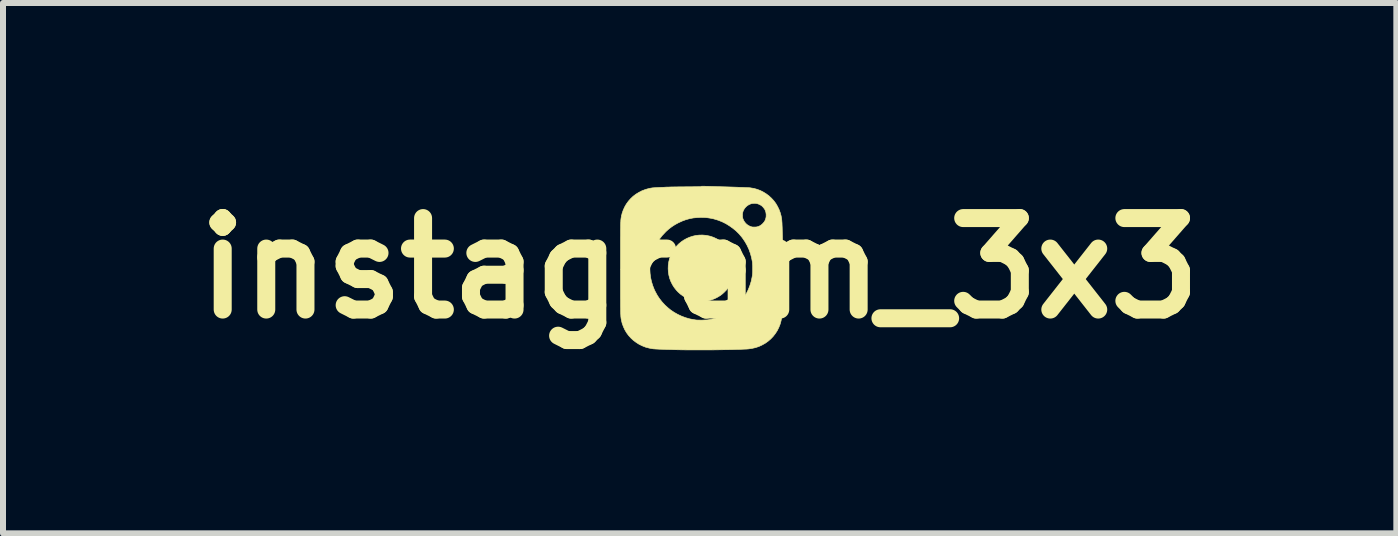
<source format=kicad_pcb>
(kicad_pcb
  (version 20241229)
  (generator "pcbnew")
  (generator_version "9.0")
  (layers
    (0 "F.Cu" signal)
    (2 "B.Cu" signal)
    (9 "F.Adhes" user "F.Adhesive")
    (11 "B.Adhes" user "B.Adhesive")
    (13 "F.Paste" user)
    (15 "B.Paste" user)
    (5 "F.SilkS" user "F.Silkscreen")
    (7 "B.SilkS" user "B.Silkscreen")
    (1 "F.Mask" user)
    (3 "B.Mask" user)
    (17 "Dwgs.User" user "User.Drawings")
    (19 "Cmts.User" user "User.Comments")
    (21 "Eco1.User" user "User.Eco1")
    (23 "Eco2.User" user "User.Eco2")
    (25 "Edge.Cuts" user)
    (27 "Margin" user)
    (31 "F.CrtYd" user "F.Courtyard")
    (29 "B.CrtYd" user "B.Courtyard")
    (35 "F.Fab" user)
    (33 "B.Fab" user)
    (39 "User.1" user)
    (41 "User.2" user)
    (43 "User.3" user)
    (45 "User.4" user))
  (footprint "instagram_3x3"
    (layer "F.Cu")
    (at 8.607 1.418)
    (property "Reference" "instagram_3x3" (at 0 0 0) (layer "F.SilkS") (effects (font (size 1.524 1.524) (thickness 0.3))))
    (attr through_hole)
    (fp_poly (pts (xy 0.104 -0.547) (xy 0.123 -0.544) (xy 0.178 -0.532) (xy 0.23 -0.514) (xy 0.28 -0.491) (xy 0.328 -0.463) (xy 0.372 -0.431) (xy 0.413 -0.395) (xy 0.45 -0.356) (xy 0.483 -0.312) (xy 0.512 -0.266) (xy 0.536 -0.217) (xy 0.555 -0.165) (xy 0.57 -0.111) (xy 0.577 -0.068) (xy 0.579 -0.047) (xy 0.579 -0.022) (xy 0.579 0.005) (xy 0.579 0.033) (xy 0.577 0.06) (xy 0.575 0.085) (xy 0.571 0.106) (xy 0.571 0.109) (xy 0.557 0.165) (xy 0.537 0.219) (xy 0.512 0.269) (xy 0.482 0.317) (xy 0.447 0.362) (xy 0.408 0.402) (xy 0.377 0.43) (xy 0.346 0.454) (xy 0.312 0.475) (xy 0.278 0.494) (xy 0.233 0.514) (xy 0.19 0.53) (xy 0.145 0.542) (xy 0.098 0.55) (xy 0.067 0.553) (xy 0.05 0.554) (xy 0.036 0.555) (xy 0.024 0.555) (xy 0.013 0.555) (xy -0.000212 0.554) (xy -0.017 0.553) (xy -0.022 0.553) (xy -0.075 0.545) (xy -0.129 0.532) (xy -0.18 0.514) (xy -0.23 0.491) (xy -0.278 0.463) (xy -0.322 0.431) (xy -0.362 0.395) (xy -0.387 0.368) (xy -0.423 0.323) (xy -0.454 0.274) (xy -0.479 0.224) (xy -0.499 0.172) (xy -0.513 0.118) (xy -0.522 0.063) (xy -0.525 0.007) (xy -0.523 -0.049) (xy -0.515 -0.105) (xy -0.501 -0.161) (xy -0.496 -0.177) (xy -0.476 -0.229) (xy -0.45 -0.278) (xy -0.42 -0.324) (xy -0.386 -0.366) (xy -0.349 -0.404) (xy -0.307 -0.439) (xy -0.263 -0.469) (xy -0.216 -0.495) (xy -0.167 -0.516) (xy -0.115 -0.533) (xy -0.062 -0.545) (xy -0.008 -0.551) (xy 0.048 -0.552) (xy 0.104 -0.547)) (stroke (width 0.01) (type solid)) (fill yes) (layer "F.SilkS"))
    (fp_poly (pts (xy 0.056 -1.365) (xy 0.068 -1.365) (xy 0.083 -1.365) (xy 0.102 -1.364) (xy 0.124 -1.364) (xy 0.151 -1.363) (xy 0.182 -1.362) (xy 0.218 -1.361) (xy 0.259 -1.36) (xy 0.305 -1.358) (xy 0.314 -1.358) (xy 0.39 -1.356) (xy 0.461 -1.354) (xy 0.526 -1.352) (xy 0.585 -1.35) (xy 0.638 -1.348) (xy 0.685 -1.346) (xy 0.726 -1.345) (xy 0.761 -1.343) (xy 0.791 -1.342) (xy 0.814 -1.341) (xy 0.832 -1.34) (xy 0.844 -1.339) (xy 0.846 -1.338) (xy 0.903 -1.329) (xy 0.959 -1.313) (xy 1.012 -1.293) (xy 1.063 -1.267) (xy 1.111 -1.237) (xy 1.156 -1.203) (xy 1.198 -1.164) (xy 1.236 -1.122) (xy 1.27 -1.076) (xy 1.299 -1.026) (xy 1.324 -0.974) (xy 1.344 -0.919) (xy 1.35 -0.896) (xy 1.357 -0.871) (xy 1.361 -0.848) (xy 1.365 -0.826) (xy 1.368 -0.802) (xy 1.37 -0.775) (xy 1.372 -0.75) (xy 1.373 -0.716) (xy 1.375 -0.677) (xy 1.376 -0.633) (xy 1.377 -0.585) (xy 1.379 -0.534) (xy 1.38 -0.48) (xy 1.381 -0.423) (xy 1.382 -0.364) (xy 1.383 -0.303) (xy 1.384 -0.241) (xy 1.385 -0.178) (xy 1.386 -0.115) (xy 1.386 -0.052) (xy 1.387 0.01) (xy 1.387 0.071) (xy 1.387 0.13) (xy 1.387 0.187) (xy 1.387 0.241) (xy 1.387 0.293) (xy 1.387 0.341) (xy 1.386 0.385) (xy 1.386 0.424) (xy 1.385 0.458) (xy 1.384 0.487) (xy 1.384 0.49) (xy 1.382 0.545) (xy 1.38 0.594) (xy 1.378 0.637) (xy 1.376 0.675) (xy 1.375 0.709) (xy 1.373 0.737) (xy 1.372 0.762) (xy 1.37 0.782) (xy 1.369 0.799) (xy 1.368 0.812) (xy 1.367 0.819) (xy 1.356 0.878) (xy 1.34 0.935) (xy 1.318 0.99) (xy 1.292 1.042) (xy 1.26 1.091) (xy 1.224 1.137) (xy 1.184 1.179) (xy 1.14 1.217) (xy 1.092 1.251) (xy 1.04 1.28) (xy 1.038 1.281) (xy 0.986 1.305) (xy 0.932 1.323) (xy 0.875 1.336) (xy 0.816 1.345) (xy 0.78 1.348) (xy 0.745 1.349) (xy 0.704 1.351) (xy 0.658 1.353) (xy 0.608 1.354) (xy 0.554 1.356) (xy 0.497 1.357) (xy 0.437 1.358) (xy 0.375 1.359) (xy 0.311 1.36) (xy 0.246 1.361) (xy 0.18 1.362) (xy 0.114 1.362) (xy 0.048 1.362) (xy -0.017 1.362) (xy -0.08 1.362) (xy -0.141 1.362) (xy -0.2 1.362) (xy -0.256 1.361) (xy -0.27 1.361) (xy -0.32 1.36) (xy -0.37 1.359) (xy -0.419 1.358) (xy -0.467 1.356) (xy -0.513 1.355) (xy -0.557 1.354) (xy -0.599 1.352) (xy -0.638 1.351) (xy -0.673 1.35) (xy -0.704 1.348) (xy -0.732 1.347) (xy -0.754 1.345) (xy -0.771 1.344) (xy -0.78 1.343) (xy -0.84 1.332) (xy -0.898 1.317) (xy -0.954 1.295) (xy -1.008 1.269) (xy -1.058 1.237) (xy -1.106 1.201) (xy -1.143 1.167) (xy -1.183 1.123) (xy -1.218 1.076) (xy -1.248 1.025) (xy -1.272 0.972) (xy -1.292 0.917) (xy -1.305 0.86) (xy -1.306 0.856) (xy -1.307 0.849) (xy -1.309 0.841) (xy -1.31 0.833) (xy -1.311 0.825) (xy -1.312 0.816) (xy -1.313 0.807) (xy -1.314 0.796) (xy -1.314 0.784) (xy -1.315 0.77) (xy -1.316 0.754) (xy -1.316 0.737) (xy -1.317 0.717) (xy -1.317 0.694) (xy -1.317 0.669) (xy -1.318 0.641) (xy -1.318 0.61) (xy -1.318 0.575) (xy -1.318 0.537) (xy -1.319 0.494) (xy -1.319 0.448) (xy -1.319 0.397) (xy -1.319 0.342) (xy -1.319 0.281) (xy -1.319 0.216) (xy -1.319 0.145) (xy -1.319 0.069) (xy -1.319 0.018) (xy -0.83 0.018) (xy -0.826 0.088) (xy -0.817 0.158) (xy -0.802 0.226) (xy -0.781 0.293) (xy -0.755 0.359) (xy -0.741 0.388) (xy -0.707 0.451) (xy -0.668 0.51) (xy -0.625 0.564) (xy -0.578 0.615) (xy -0.525 0.663) (xy -0.486 0.695) (xy -0.427 0.735) (xy -0.365 0.77) (xy -0.301 0.8) (xy -0.234 0.825) (xy -0.165 0.845) (xy -0.094 0.858) (xy -0.069 0.862) (xy -0.051 0.864) (xy -0.028 0.865) (xy -0.003 0.865) (xy 0.025 0.866) (xy 0.053 0.865) (xy 0.08 0.864) (xy 0.106 0.863) (xy 0.129 0.862) (xy 0.147 0.86) (xy 0.149 0.859) (xy 0.221 0.845) (xy 0.29 0.826) (xy 0.356 0.801) (xy 0.42 0.771) (xy 0.482 0.736) (xy 0.542 0.695) (xy 0.556 0.684) (xy 0.572 0.671) (xy 0.59 0.655) (xy 0.61 0.636) (xy 0.631 0.615) (xy 0.652 0.594) (xy 0.671 0.574) (xy 0.688 0.555) (xy 0.699 0.542) (xy 0.741 0.483) (xy 0.778 0.422) (xy 0.81 0.358) (xy 0.836 0.291) (xy 0.858 0.222) (xy 0.873 0.151) (xy 0.878 0.124) (xy 0.88 0.104) (xy 0.882 0.08) (xy 0.883 0.052) (xy 0.883 0.022) (xy 0.883 -0.008) (xy 0.883 -0.038) (xy 0.881 -0.065) (xy 0.88 -0.089) (xy 0.878 -0.106) (xy 0.864 -0.177) (xy 0.845 -0.246) (xy 0.821 -0.313) (xy 0.791 -0.378) (xy 0.756 -0.44) (xy 0.716 -0.499) (xy 0.695 -0.526) (xy 0.652 -0.576) (xy 0.604 -0.623) (xy 0.551 -0.666) (xy 0.496 -0.705) (xy 0.438 -0.741) (xy 0.378 -0.771) (xy 0.317 -0.796) (xy 0.276 -0.809) (xy 0.228 -0.823) (xy 0.183 -0.832) (xy 0.139 -0.839) (xy 0.093 -0.844) (xy 0.045 -0.845) (xy 0.025 -0.846) (xy -0.042 -0.843) (xy -0.106 -0.837) (xy -0.168 -0.825) (xy -0.229 -0.808) (xy -0.289 -0.786) (xy -0.35 -0.758) (xy -0.353 -0.757) (xy -0.41 -0.726) (xy -0.464 -0.691) (xy -0.515 -0.652) (xy -0.563 -0.609) (xy -0.575 -0.596) (xy -0.625 -0.543) (xy -0.669 -0.486) (xy -0.708 -0.427) (xy -0.742 -0.365) (xy -0.77 -0.3) (xy -0.794 -0.232) (xy -0.811 -0.163) (xy -0.819 -0.123) (xy -0.827 -0.052) (xy -0.83 0.018) (xy -1.319 0.018) (xy -1.319 -0.001) (xy -1.319 -0.082) (xy -1.319 -0.157) (xy -1.319 -0.227) (xy -1.319 -0.291) (xy -1.319 -0.35) (xy -1.319 -0.405) (xy -1.319 -0.455) (xy -1.319 -0.5) (xy -1.318 -0.542) (xy -1.318 -0.579) (xy -1.318 -0.613) (xy -1.318 -0.644) (xy -1.317 -0.671) (xy -1.317 -0.695) (xy -1.317 -0.717) (xy -1.316 -0.736) (xy -1.316 -0.753) (xy -1.315 -0.769) (xy -1.314 -0.782) (xy -1.314 -0.794) (xy -1.313 -0.804) (xy -1.312 -0.814) (xy -1.311 -0.822) (xy -1.31 -0.83) (xy -1.309 -0.838) (xy -1.307 -0.846) (xy -1.306 -0.853) (xy -1.306 -0.854) (xy -1.301 -0.876) (xy 0.712 -0.876) (xy 0.716 -0.843) (xy 0.72 -0.826) (xy 0.732 -0.797) (xy 0.749 -0.769) (xy 0.77 -0.744) (xy 0.794 -0.723) (xy 0.821 -0.706) (xy 0.822 -0.706) (xy 0.835 -0.7) (xy 0.849 -0.694) (xy 0.861 -0.69) (xy 0.864 -0.689) (xy 0.879 -0.686) (xy 0.897 -0.685) (xy 0.918 -0.685) (xy 0.937 -0.686) (xy 0.955 -0.688) (xy 0.959 -0.689) (xy 0.986 -0.698) (xy 1.011 -0.71) (xy 1.035 -0.728) (xy 1.049 -0.741) (xy 1.072 -0.767) (xy 1.089 -0.794) (xy 1.1 -0.823) (xy 1.107 -0.854) (xy 1.108 -0.888) (xy 1.108 -0.893) (xy 1.104 -0.926) (xy 1.096 -0.955) (xy 1.083 -0.983) (xy 1.064 -1.008) (xy 1.05 -1.024) (xy 1.036 -1.037) (xy 1.024 -1.046) (xy 1.009 -1.054) (xy 1 -1.059) (xy 0.98 -1.068) (xy 0.962 -1.074) (xy 0.944 -1.078) (xy 0.925 -1.08) (xy 0.908 -1.08) (xy 0.891 -1.079) (xy 0.877 -1.078) (xy 0.864 -1.075) (xy 0.853 -1.072) (xy 0.822 -1.059) (xy 0.793 -1.041) (xy 0.769 -1.02) (xy 0.748 -0.995) (xy 0.732 -0.968) (xy 0.72 -0.939) (xy 0.714 -0.908) (xy 0.712 -0.876) (xy -1.301 -0.876) (xy -1.293 -0.911) (xy -1.274 -0.966) (xy -1.25 -1.019) (xy -1.222 -1.068) (xy -1.188 -1.115) (xy -1.151 -1.157) (xy -1.109 -1.197) (xy -1.063 -1.232) (xy -1.014 -1.262) (xy -0.962 -1.289) (xy -0.906 -1.31) (xy -0.905 -1.31) (xy -0.88 -1.318) (xy -0.857 -1.324) (xy -0.834 -1.33) (xy -0.81 -1.334) (xy -0.786 -1.338) (xy -0.758 -1.34) (xy -0.727 -1.342) (xy -0.692 -1.344) (xy -0.678 -1.345) (xy -0.652 -1.346) (xy -0.623 -1.347) (xy -0.593 -1.348) (xy -0.564 -1.35) (xy -0.539 -1.351) (xy -0.533 -1.351) (xy -0.519 -1.351) (xy -0.5 -1.352) (xy -0.476 -1.353) (xy -0.448 -1.353) (xy -0.416 -1.354) (xy -0.382 -1.354) (xy -0.345 -1.355) (xy -0.306 -1.355) (xy -0.267 -1.355) (xy -0.227 -1.356) (xy -0.217 -1.356) (xy -0.172 -1.356) (xy -0.133 -1.356) (xy -0.099 -1.357) (xy -0.07 -1.357) (xy -0.045 -1.357) (xy -0.024 -1.358) (xy -0.008 -1.358) (xy 0.005 -1.358) (xy 0.015 -1.359) (xy 0.022 -1.359) (xy 0.027 -1.36) (xy 0.029 -1.361) (xy 0.03 -1.361) (xy 0.03 -1.362) (xy 0.03 -1.363) (xy 0.03 -1.364) (xy 0.03 -1.364) (xy 0.032 -1.365) (xy 0.035 -1.365) (xy 0.04 -1.365) (xy 0.047 -1.365) (xy 0.056 -1.365)) (stroke (width 0.01) (type solid)) (fill yes) (layer "F.SilkS")))
  (gr_rect
    (start -3 -3)
    (end 20.214 5.836)
    (stroke (width 0.1) (type default))
    (fill no)
    (layer "Edge.Cuts")))
</source>
